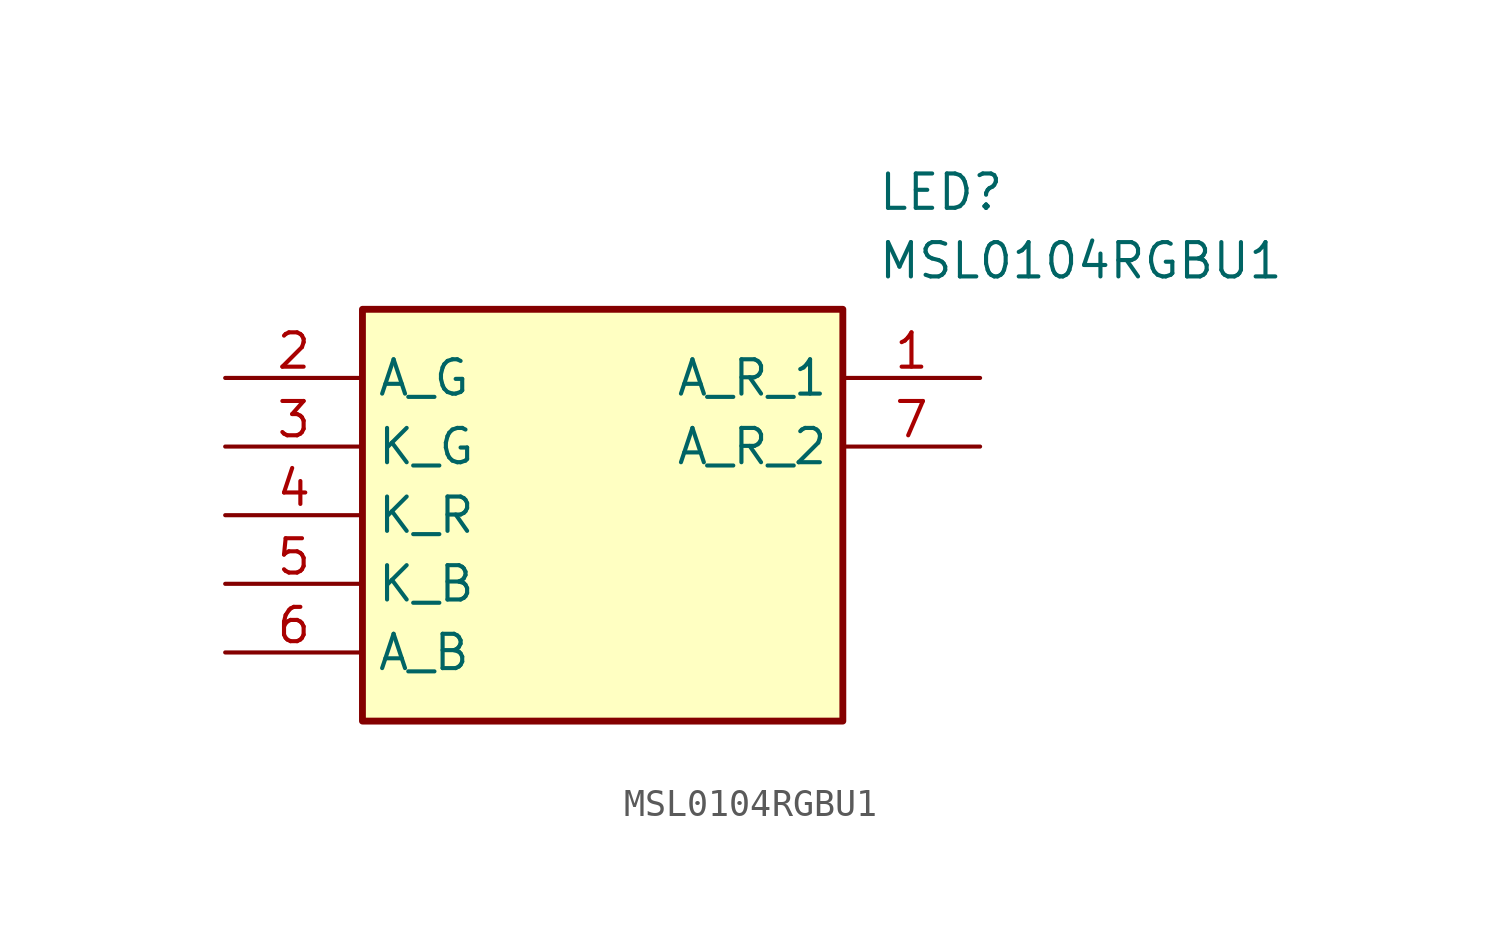
<source format=kicad_sym>
(kicad_symbol_lib
  (version 20231120)
  (generator "kicad_symbol_editor")
  (generator_version "8.0")
  (symbol "MSL0104RGBU1"
    (property "Reference" "LED"
      (at 24.13 7.62 0)
      (effects (font (size 1.27 1.27)) (justify left top)))
    (property "Value" "MSL0104RGBU1"
      (at 24.13 5.08 0)
      (effects (font (size 1.27 1.27)) (justify left top)))
    (symbol "MSL0104RGBU1_1_1"
      (rectangle (start 5.08 2.54) (end 22.86 -12.7) (stroke (width 0.254) (type default)) (fill (type background)))
      (pin passive line (at 27.94 0 180) (length 5.08) (name "A_R_1" (effects (font (size 1.27 1.27)))) (number "1" (effects (font (size 1.27 1.27)))))
      (pin passive line (at 0 0 0) (length 5.08) (name "A_G" (effects (font (size 1.27 1.27)))) (number "2" (effects (font (size 1.27 1.27)))))
      (pin passive line (at 0 -2.54 0) (length 5.08) (name "K_G" (effects (font (size 1.27 1.27)))) (number "3" (effects (font (size 1.27 1.27)))))
      (pin passive line (at 0 -5.08 0) (length 5.08) (name "K_R" (effects (font (size 1.27 1.27)))) (number "4" (effects (font (size 1.27 1.27)))))
      (pin passive line (at 0 -7.62 0) (length 5.08) (name "K_B" (effects (font (size 1.27 1.27)))) (number "5" (effects (font (size 1.27 1.27)))))
      (pin passive line (at 0 -10.16 0) (length 5.08) (name "A_B" (effects (font (size 1.27 1.27)))) (number "6" (effects (font (size 1.27 1.27)))))
      (pin passive line (at 27.94 -2.54 180) (length 5.08) (name "A_R_2" (effects (font (size 1.27 1.27)))) (number "7" (effects (font (size 1.27 1.27))))))))
</source>
